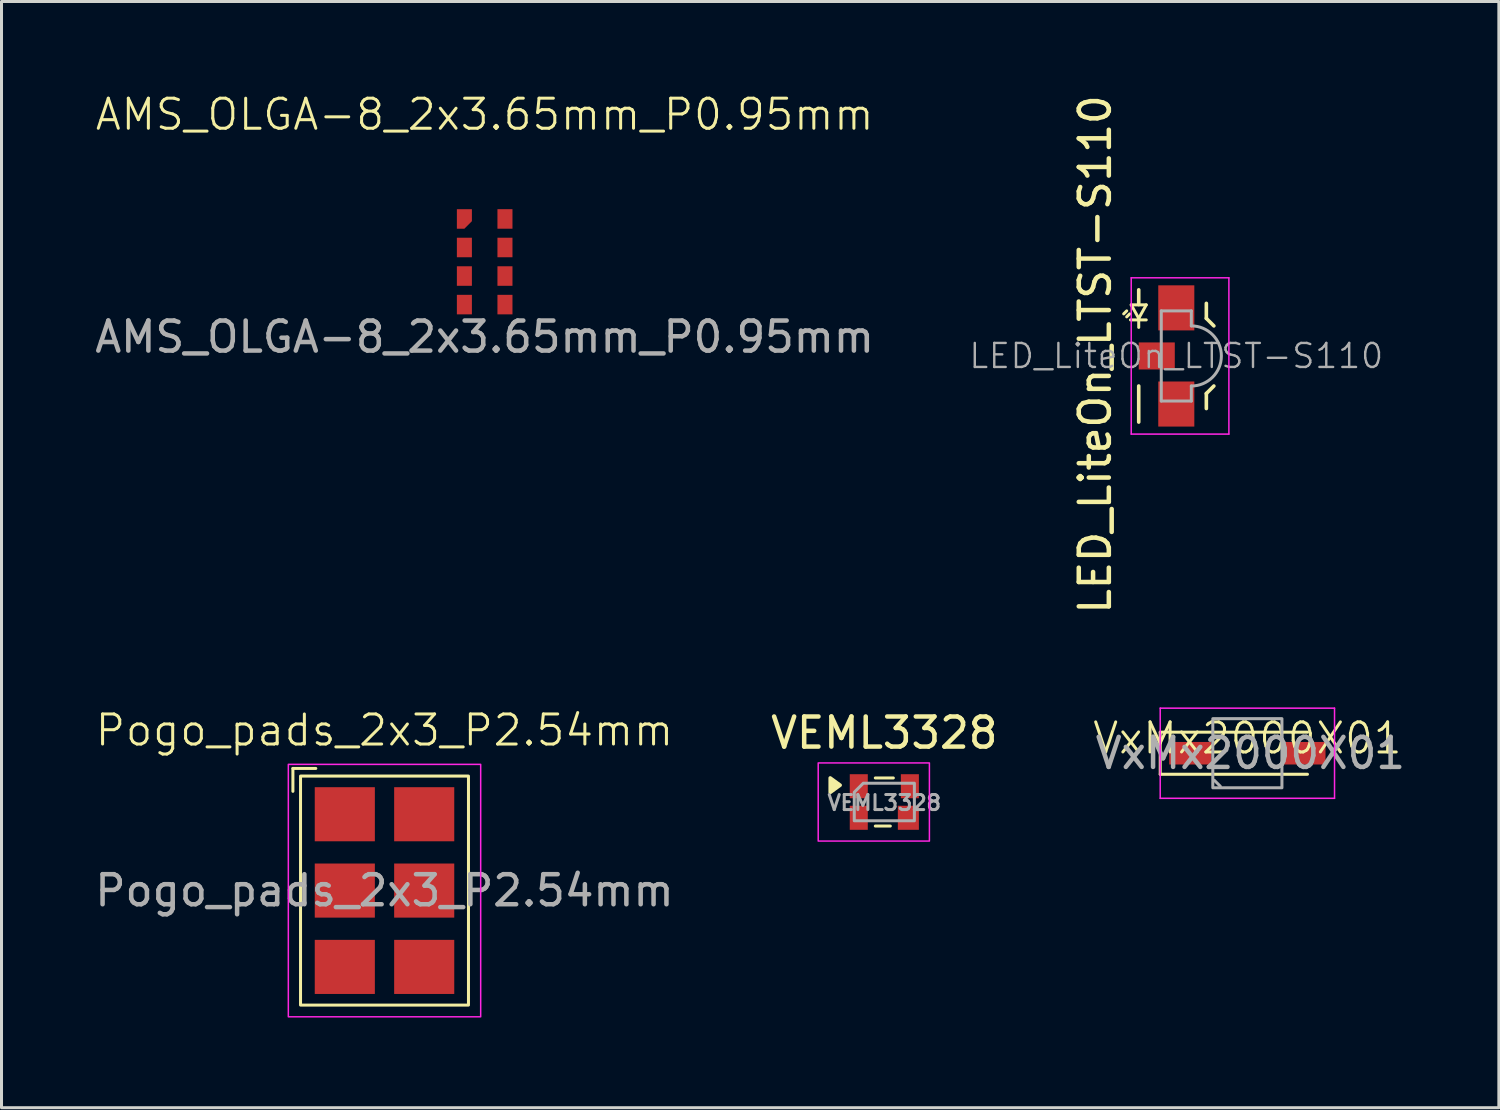
<source format=kicad_pcb>
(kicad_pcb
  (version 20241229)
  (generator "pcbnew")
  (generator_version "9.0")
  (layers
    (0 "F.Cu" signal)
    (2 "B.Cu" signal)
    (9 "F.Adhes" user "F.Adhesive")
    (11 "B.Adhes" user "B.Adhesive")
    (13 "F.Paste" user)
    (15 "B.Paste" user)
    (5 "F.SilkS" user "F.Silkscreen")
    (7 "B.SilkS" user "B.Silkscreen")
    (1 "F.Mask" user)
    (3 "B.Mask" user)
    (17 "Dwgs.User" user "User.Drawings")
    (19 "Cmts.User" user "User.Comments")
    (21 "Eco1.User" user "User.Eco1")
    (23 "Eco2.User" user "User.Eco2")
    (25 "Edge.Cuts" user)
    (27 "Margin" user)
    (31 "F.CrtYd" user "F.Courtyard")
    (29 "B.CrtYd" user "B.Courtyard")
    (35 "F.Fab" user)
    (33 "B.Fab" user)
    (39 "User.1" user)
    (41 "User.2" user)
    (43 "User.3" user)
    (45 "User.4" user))
  (footprint "AMS_OLGA-8_2x3.65mm_P0.95mm"
    (layer "F.Cu")
    (at 13.077 5.66)
    (property "Reference" "AMS_OLGA-8_2x3.65mm_P0.95mm" (at 0 -4.9 0) (unlocked yes) (layer "F.SilkS") (effects (font (size 1 1) (thickness 0.1))))
    (attr smd)
    (fp_text user "${REFERENCE}" (at 0 2.5 0) (unlocked yes) (layer "F.Fab") (effects (font (size 1 1) (thickness 0.15))))
    (pad "1" smd roundrect (at -0.675 -1.425) (size 0.5 0.65) (layers "F.Cu" "F.Mask" "F.Paste") (roundrect_rratio 0) (chamfer_ratio 0.5) (chamfer bottom_right))
    (pad "2" smd rect (at -0.675 -0.475) (size 0.5 0.65) (layers "F.Cu" "F.Mask" "F.Paste"))
    (pad "3" smd rect (at -0.675 0.475) (size 0.5 0.65) (layers "F.Cu" "F.Mask" "F.Paste"))
    (pad "4" smd rect (at -0.675 1.425) (size 0.5 0.65) (layers "F.Cu" "F.Mask" "F.Paste"))
    (pad "5" smd rect (at 0.675 1.425) (size 0.5 0.65) (layers "F.Cu" "F.Mask" "F.Paste"))
    (pad "6" smd rect (at 0.675 0.475) (size 0.5 0.65) (layers "F.Cu" "F.Mask" "F.Paste"))
    (pad "7" smd rect (at 0.675 -0.475) (size 0.5 0.65) (layers "F.Cu" "F.Mask" "F.Paste"))
    (pad "8" smd rect (at 0.675 -1.425) (size 0.5 0.65) (layers "F.Cu" "F.Mask" "F.Paste")))
  (footprint "Pogo_pads_2x3_P2.54mm"
    (layer "F.Cu")
    (at 9.744 26.583)
    (property "Reference" "Pogo_pads_2x3_P2.54mm" (at 0 -5.334 0) (unlocked yes) (layer "F.SilkS") (effects (font (size 1 1) (thickness 0.1))))
    (attr smd)
    (fp_line (start -3.048 -4.064) (end -3.048 -3.302) (stroke (width 0.1) (type default)) (layer "F.SilkS"))
    (fp_line (start -2.286 -4.064) (end -3.048 -4.064) (stroke (width 0.1) (type default)) (layer "F.SilkS"))
    (fp_rect (start -2.794 -3.81) (end 2.794 3.81) (stroke (width 0.1) (type default)) (fill no) (layer "F.SilkS"))
    (fp_rect (start -3.2 -4.2) (end 3.2 4.2) (stroke (width 0.05) (type default)) (fill no) (layer "F.CrtYd"))
    (fp_text user "${REFERENCE}" (at 0 0 0) (unlocked yes) (layer "F.Fab") (effects (font (size 1 1) (thickness 0.15))))
    (pad "1" smd rect (at -1.321 -2.54) (size 2 1.8) (layers "F.Cu" "F.Mask" "F.Paste"))
    (pad "2" smd rect (at -1.321 0) (size 2 1.8) (layers "F.Cu" "F.Mask" "F.Paste"))
    (pad "3" smd rect (at -1.321 2.54) (size 2 1.8) (layers "F.Cu" "F.Mask" "F.Paste"))
    (pad "4" smd rect (at 1.321 2.54) (size 2 1.8) (layers "F.Cu" "F.Mask" "F.Paste"))
    (pad "5" smd rect (at 1.321 0) (size 2 1.8) (layers "F.Cu" "F.Mask" "F.Paste"))
    (pad "6" smd rect (at 1.321 -2.54) (size 2 1.8) (layers "F.Cu" "F.Mask" "F.Paste")))
  (footprint "VEML3328"
    (layer "F.Cu")
    (at 26.375 23.636)
    (property "Reference" "VEML3328" (at 0 -2.3 0) (unlocked yes) (layer "F.SilkS") (effects (font (size 1 1) (thickness 0.15))))
    (attr smd)
    (fp_line (start -0.3 -0.8) (end 0.3 -0.8) (stroke (width 0.1) (type default)) (layer "F.SilkS"))
    (fp_line (start -0.3 0.8) (end 0.2 0.8) (stroke (width 0.1) (type default)) (layer "F.SilkS"))
    (fp_poly (pts (xy -1.47 -0.56) (xy -1.8 -0.32) (xy -1.8 -0.8) (xy -1.47 -0.56)) (stroke (width 0.12) (type solid)) (fill yes) (layer "F.SilkS"))
    (fp_rect (start -2.2 -1.3) (end 1.5 1.3) (stroke (width 0.05) (type default)) (fill no) (layer "F.CrtYd"))
    (fp_poly (pts (xy -1 -0.325) (xy -0.7 -0.625) (xy 1 -0.625) (xy 1 0.625) (xy -1 0.625)) (stroke (width 0.1) (type solid)) (fill no) (layer "F.Fab"))
    (fp_text user "${REFERENCE}" (at 0 0.025 0) (unlocked yes) (layer "F.Fab") (effects (font (size 0.5 0.5) (thickness 0.1) (bold yes))))
    (pad "1" smd rect (at -0.85 -0.525) (size 0.6 0.8) (layers "F.Cu" "F.Mask" "F.Paste"))
    (pad "2" smd rect (at -0.85 0.525) (size 0.6 0.8) (layers "F.Cu" "F.Mask" "F.Paste"))
    (pad "3" smd rect (at 0.8 0.525) (size 0.7 0.8) (layers "F.Cu" "F.Mask" "F.Paste"))
    (pad "4" smd rect (at 0.85 -0.525) (size 0.6 0.8) (layers "F.Cu" "F.Mask" "F.Paste")))
  (footprint "VxMx2000X01"
    (layer "F.Cu")
    (at 38.455 22.013)
    (property "Reference" "VxMx2000X01" (at 0 -0.5 0) (unlocked yes) (layer "F.SilkS") (effects (font (size 1 1) (thickness 0.1))))
    (attr smd)
    (fp_line (start -2.9 -0.7) (end -2.9 0.7) (stroke (width 0.1) (type default)) (layer "F.SilkS"))
    (fp_line (start -2.9 0.7) (end 2 0.7) (stroke (width 0.1) (type default)) (layer "F.SilkS"))
    (fp_line (start 2 -0.7) (end -2.9 -0.7) (stroke (width 0.1) (type default)) (layer "F.SilkS"))
    (fp_line (start -2.9 -1.5) (end -2.9 1.5) (stroke (width 0.05) (type default)) (layer "F.CrtYd"))
    (fp_line (start -2.9 -1.5) (end 2.9 -1.5) (stroke (width 0.05) (type default)) (layer "F.CrtYd"))
    (fp_line (start 2.9 -1.5) (end 2.9 1.5) (stroke (width 0.05) (type default)) (layer "F.CrtYd"))
    (fp_line (start 2.9 1.5) (end -2.9 1.5) (stroke (width 0.05) (type default)) (layer "F.CrtYd"))
    (fp_line (start -1.1 0.9) (end -0.9 1.1) (stroke (width 0.1) (type default)) (layer "F.Fab"))
    (fp_rect (start -1.15 -1.15) (end 1.15 1.15) (stroke (width 0.1) (type default)) (fill no) (layer "F.Fab"))
    (fp_text user "${REFERENCE}" (at 0.1 0 0) (unlocked yes) (layer "F.Fab") (effects (font (size 1 1) (thickness 0.15))))
    (pad "1" smd rect (at -1.9 0) (size 1.4 0.75) (layers "F.Cu" "F.Mask" "F.Paste"))
    (pad "2" smd rect (at 1.9 0) (size 1.4 0.75) (layers "F.Cu" "F.Mask" "F.Paste")))
  (footprint "LED_LiteOn_LTST-S110"
    (layer "F.Cu")
    (at 36.09 8.794)
    (property "Reference" "LED_LiteOn_LTST-S110" (at -2.7 -0.05 90) (layer "F.SilkS") (effects (font (size 1 1) (thickness 0.15))))
    (attr smd)
    (fp_line (start -1.65 -1.5) (end -1.75 -1.4) (stroke (width 0.1) (type default)) (layer "F.SilkS"))
    (fp_line (start -1.55 -1.4) (end -1.65 -1.3) (stroke (width 0.1) (type default)) (layer "F.SilkS"))
    (fp_line (start -1.5 -1.7) (end -1.25 -1.7) (stroke (width 0.1) (type default)) (layer "F.SilkS"))
    (fp_line (start -1.25 -2.2) (end -1.25 -1.75) (stroke (width 0.12) (type solid)) (layer "F.SilkS"))
    (fp_line (start -1.25 -1.7) (end -1 -1.7) (stroke (width 0.1) (type default)) (layer "F.SilkS"))
    (fp_line (start -1.25 -1.25) (end -1.5 -1.7) (stroke (width 0.1) (type default)) (layer "F.SilkS"))
    (fp_line (start -1.25 -0.95) (end -1.25 -1.25) (stroke (width 0.1) (type default)) (layer "F.SilkS"))
    (fp_line (start -1.25 1) (end -1.25 2.2) (stroke (width 0.12) (type solid)) (layer "F.SilkS"))
    (fp_line (start -1 -1.7) (end -1.25 -1.25) (stroke (width 0.1) (type default)) (layer "F.SilkS"))
    (fp_line (start -1 -1.2) (end -1.525 -1.2) (stroke (width 0.1) (type default)) (layer "F.SilkS"))
    (fp_line (start 1 -1.75) (end 1 -1.25) (stroke (width 0.12) (type solid)) (layer "F.SilkS"))
    (fp_line (start 1 -1.25) (end 1.25 -1) (stroke (width 0.12) (type solid)) (layer "F.SilkS"))
    (fp_line (start 1 1.25) (end 1 1.75) (stroke (width 0.12) (type solid)) (layer "F.SilkS"))
    (fp_line (start 1 1.25) (end 1.25 1) (stroke (width 0.12) (type solid)) (layer "F.SilkS"))
    (fp_line (start -1.5 -2.6) (end 1.75 -2.6) (stroke (width 0.05) (type solid)) (layer "F.CrtYd"))
    (fp_line (start -1.5 2.6) (end -1.5 -2.6) (stroke (width 0.05) (type solid)) (layer "F.CrtYd"))
    (fp_line (start 1.75 -2.6) (end 1.75 2.6) (stroke (width 0.05) (type solid)) (layer "F.CrtYd"))
    (fp_line (start 1.75 2.6) (end -1.5 2.6) (stroke (width 0.05) (type solid)) (layer "F.CrtYd"))
    (fp_line (start -0.5 -1.5) (end -0.5 1.5) (stroke (width 0.1) (type solid)) (layer "F.Fab"))
    (fp_line (start -0.5 -1.5) (end 0.5 -1.5) (stroke (width 0.1) (type solid)) (layer "F.Fab"))
    (fp_line (start 0.5 -1.5) (end 0.5 -1) (stroke (width 0.1) (type solid)) (layer "F.Fab"))
    (fp_line (start 0.5 1.5) (end -0.5 1.5) (stroke (width 0.1) (type solid)) (layer "F.Fab"))
    (fp_line (start 0.5 1.5) (end 0.5 1) (stroke (width 0.1) (type solid)) (layer "F.Fab"))
    (fp_arc (start 0.5 -1) (mid 1.5 0) (end 0.5 1) (stroke (width 0.1) (type solid)) (layer "F.Fab"))
    (fp_text user "${REFERENCE}" (at 0 0 0) (layer "F.Fab") (effects (font (size 0.8 0.8) (thickness 0.08))))
    (pad "1" smd rect (at 0 1.6 180) (size 1.2 1.5) (layers "F.Cu" "F.Mask" "F.Paste"))
    (pad "2" smd rect (at 0 -1.6 180) (size 1.2 1.5) (layers "F.Cu" "F.Mask" "F.Paste"))
    (pad "M" smd rect (at -0.65 0 180) (size 1.2 0.9) (property pad_prop_heatsink) (layers "F.Cu" "F.Mask" "F.Paste")))
  (gr_rect
    (start -3 -3)
    (end 46.823 33.808)
    (stroke (width 0.1) (type default))
    (fill no)
    (layer "Edge.Cuts")))
</source>
